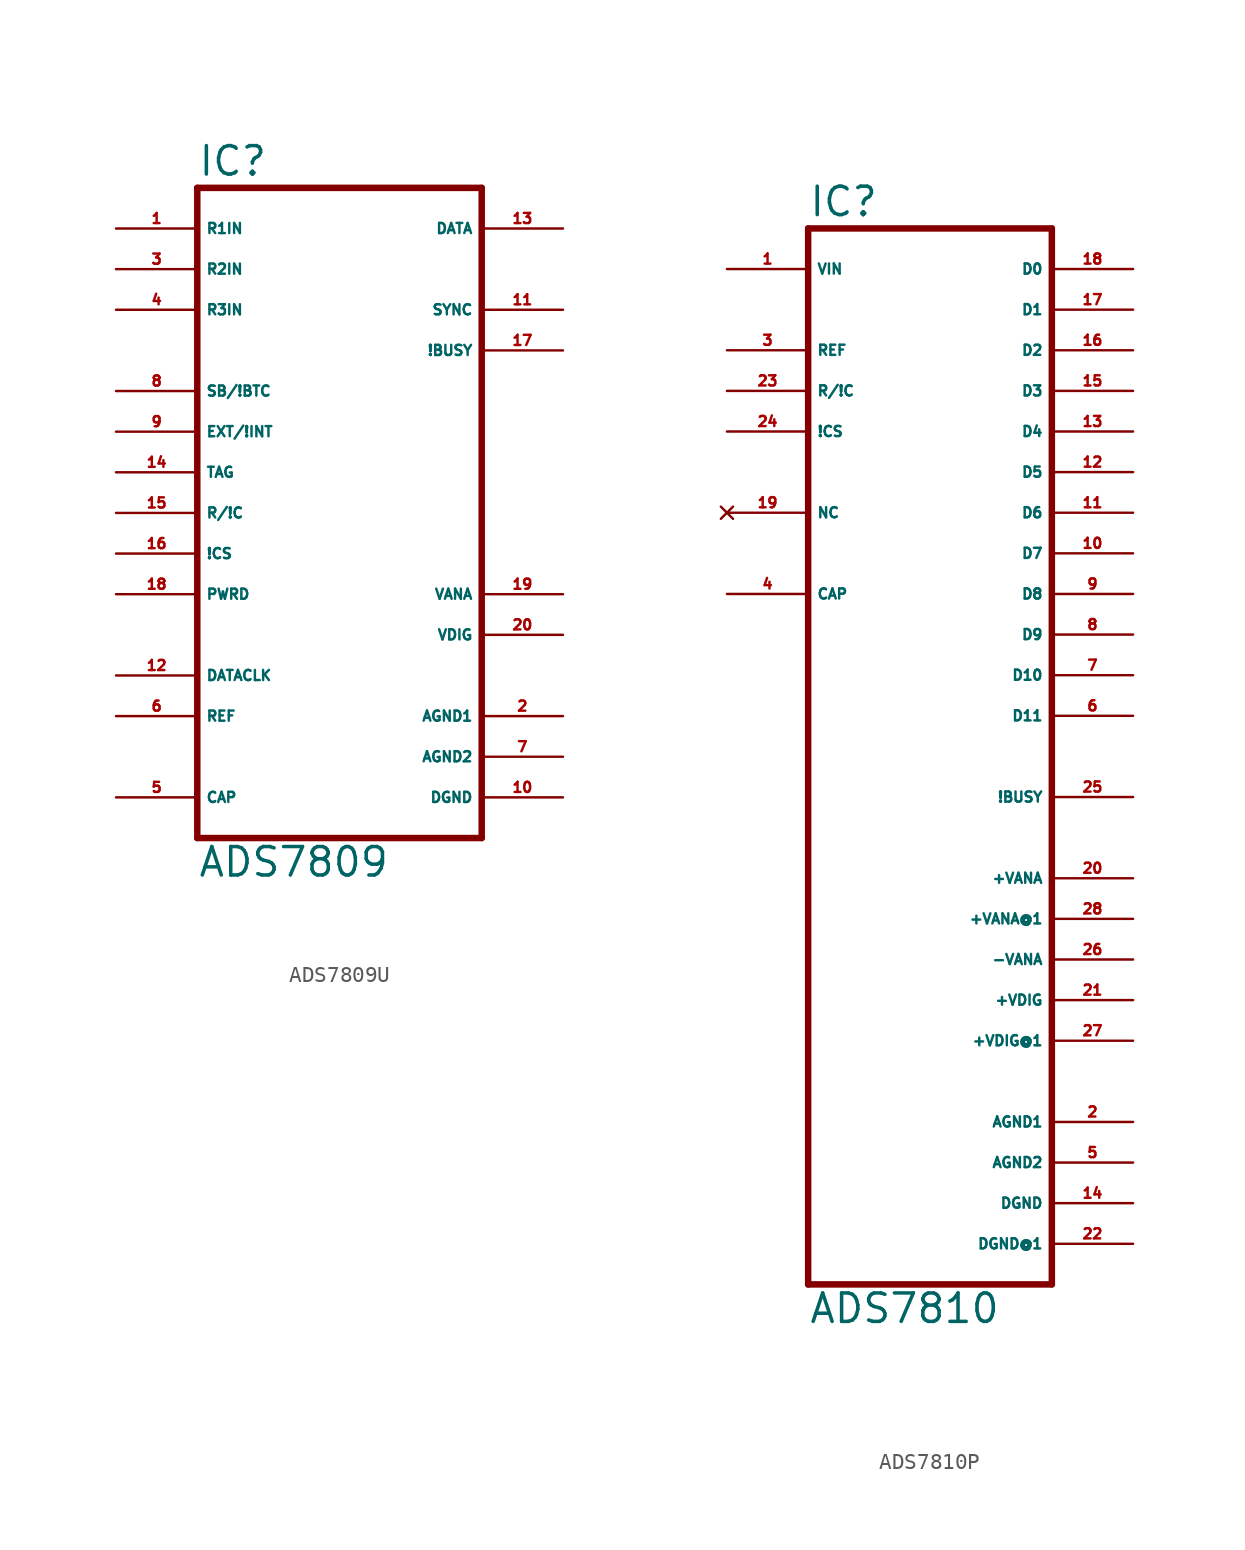
<source format=kicad_sym>
(kicad_symbol_lib
  (version 20220914)
  (generator Eagle2Kicad)
  (symbol "ADS7809U"
    (property "Reference" "IC"
      (at -10.16 20.955 0)
      (effects (font (size 1.778 1.778) (thickness 0.22)) (justify left bottom)))
    (property "Value" "ADS7809"
      (at -10.16 -22.86 0)
      (effects (font (size 1.778 1.778) (thickness 0.22)) (justify left bottom)))
    (polyline
      (pts (xy -10.16 -20.32) (xy -10.16 20.32))
      (stroke (width 0.406) (type default))
      (fill (type none)))
    (polyline
      (pts (xy -10.16 20.32) (xy 7.62 20.32))
      (stroke (width 0.406) (type default))
      (fill (type none)))
    (polyline
      (pts (xy 7.62 20.32) (xy 7.62 -20.32))
      (stroke (width 0.406) (type default))
      (fill (type none)))
    (polyline
      (pts (xy 7.62 -20.32) (xy -10.16 -20.32))
      (stroke (width 0.406) (type default))
      (fill (type none)))
    (pin input line
      (at -15.24 17.78 0)
      (length 5.08)
      (name "R1IN" (effects (font (size 0.635 0.635) (thickness 0.08)) (justify left bottom)))
      (number "1" (effects (font (size 0.635 0.635) (thickness 0.08)) (justify left bottom))))
    (pin input line
      (at -15.24 15.24 0)
      (length 5.08)
      (name "R2IN" (effects (font (size 0.635 0.635) (thickness 0.08)) (justify left bottom)))
      (number "3" (effects (font (size 0.635 0.635) (thickness 0.08)) (justify left bottom))))
    (pin input line
      (at -15.24 12.7 0)
      (length 5.08)
      (name "R3IN" (effects (font (size 0.635 0.635) (thickness 0.08)) (justify left bottom)))
      (number "4" (effects (font (size 0.635 0.635) (thickness 0.08)) (justify left bottom))))
    (pin input line
      (at -15.24 7.62 0)
      (length 5.08)
      (name "SB/!BTC" (effects (font (size 0.635 0.635) (thickness 0.08)) (justify left bottom)))
      (number "8" (effects (font (size 0.635 0.635) (thickness 0.08)) (justify left bottom))))
    (pin input line
      (at -15.24 5.08 0)
      (length 5.08)
      (name "EXT/!INT" (effects (font (size 0.635 0.635) (thickness 0.08)) (justify left bottom)))
      (number "9" (effects (font (size 0.635 0.635) (thickness 0.08)) (justify left bottom))))
    (pin input line
      (at -15.24 2.54 0)
      (length 5.08)
      (name "TAG" (effects (font (size 0.635 0.635) (thickness 0.08)) (justify left bottom)))
      (number "14" (effects (font (size 0.635 0.635) (thickness 0.08)) (justify left bottom))))
    (pin input line
      (at -15.24 0 0)
      (length 5.08)
      (name "R/!C" (effects (font (size 0.635 0.635) (thickness 0.08)) (justify left bottom)))
      (number "15" (effects (font (size 0.635 0.635) (thickness 0.08)) (justify left bottom))))
    (pin input line
      (at -15.24 -2.54 0)
      (length 5.08)
      (name "!CS" (effects (font (size 0.635 0.635) (thickness 0.08)) (justify left bottom)))
      (number "16" (effects (font (size 0.635 0.635) (thickness 0.08)) (justify left bottom))))
    (pin input line
      (at -15.24 -5.08 0)
      (length 5.08)
      (name "PWRD" (effects (font (size 0.635 0.635) (thickness 0.08)) (justify left bottom)))
      (number "18" (effects (font (size 0.635 0.635) (thickness 0.08)) (justify left bottom))))
    (pin bidirectional line
      (at -15.24 -12.7 0)
      (length 5.08)
      (name "REF" (effects (font (size 0.635 0.635) (thickness 0.08)) (justify left bottom)))
      (number "6" (effects (font (size 0.635 0.635) (thickness 0.08)) (justify left bottom))))
    (pin bidirectional line
      (at -15.24 -10.16 0)
      (length 5.08)
      (name "DATACLK" (effects (font (size 0.635 0.635) (thickness 0.08)) (justify left bottom)))
      (number "12" (effects (font (size 0.635 0.635) (thickness 0.08)) (justify left bottom))))
    (pin output line
      (at 12.7 17.78 180)
      (length 5.08)
      (name "DATA" (effects (font (size 0.635 0.635) (thickness 0.08)) (justify left bottom)))
      (number "13" (effects (font (size 0.635 0.635) (thickness 0.08)) (justify left bottom))))
    (pin passive line
      (at -15.24 -17.78 0)
      (length 5.08)
      (name "CAP" (effects (font (size 0.635 0.635) (thickness 0.08)) (justify left bottom)))
      (number "5" (effects (font (size 0.635 0.635) (thickness 0.08)) (justify left bottom))))
    (pin unspecified line
      (at 12.7 -17.78 180)
      (length 5.08)
      (name "DGND" (effects (font (size 0.635 0.635) (thickness 0.08)) (justify left bottom)))
      (number "10" (effects (font (size 0.635 0.635) (thickness 0.08)) (justify left bottom))))
    (pin unspecified line
      (at 12.7 -15.24 180)
      (length 5.08)
      (name "AGND2" (effects (font (size 0.635 0.635) (thickness 0.08)) (justify left bottom)))
      (number "7" (effects (font (size 0.635 0.635) (thickness 0.08)) (justify left bottom))))
    (pin unspecified line
      (at 12.7 -12.7 180)
      (length 5.08)
      (name "AGND1" (effects (font (size 0.635 0.635) (thickness 0.08)) (justify left bottom)))
      (number "2" (effects (font (size 0.635 0.635) (thickness 0.08)) (justify left bottom))))
    (pin unspecified line
      (at 12.7 -7.62 180)
      (length 5.08)
      (name "VDIG" (effects (font (size 0.635 0.635) (thickness 0.08)) (justify left bottom)))
      (number "20" (effects (font (size 0.635 0.635) (thickness 0.08)) (justify left bottom))))
    (pin unspecified line
      (at 12.7 -5.08 180)
      (length 5.08)
      (name "VANA" (effects (font (size 0.635 0.635) (thickness 0.08)) (justify left bottom)))
      (number "19" (effects (font (size 0.635 0.635) (thickness 0.08)) (justify left bottom))))
    (pin output line
      (at 12.7 12.7 180)
      (length 5.08)
      (name "SYNC" (effects (font (size 0.635 0.635) (thickness 0.08)) (justify left bottom)))
      (number "11" (effects (font (size 0.635 0.635) (thickness 0.08)) (justify left bottom))))
    (pin output line
      (at 12.7 10.16 180)
      (length 5.08)
      (name "!BUSY" (effects (font (size 0.635 0.635) (thickness 0.08)) (justify left bottom)))
      (number "17" (effects (font (size 0.635 0.635) (thickness 0.08)) (justify left bottom)))))
  (symbol "ADS7810P"
    (property "Reference" "IC"
      (at -7.62 33.655 0)
      (effects (font (size 1.778 1.778) (thickness 0.22)) (justify left bottom)))
    (property "Value" "ADS7810"
      (at -7.62 -35.56 0)
      (effects (font (size 1.778 1.778) (thickness 0.22)) (justify left bottom)))
    (polyline
      (pts (xy 7.62 -33.02) (xy -7.62 -33.02))
      (stroke (width 0.406) (type default))
      (fill (type none)))
    (polyline
      (pts (xy -7.62 -33.02) (xy -7.62 33.02))
      (stroke (width 0.406) (type default))
      (fill (type none)))
    (polyline
      (pts (xy -7.62 33.02) (xy 7.62 33.02))
      (stroke (width 0.406) (type default))
      (fill (type none)))
    (polyline
      (pts (xy 7.62 33.02) (xy 7.62 -33.02))
      (stroke (width 0.406) (type default))
      (fill (type none)))
    (pin input line
      (at -12.7 30.48 0)
      (length 5.08)
      (name "VIN" (effects (font (size 0.635 0.635) (thickness 0.08)) (justify left bottom)))
      (number "1" (effects (font (size 0.635 0.635) (thickness 0.08)) (justify left bottom))))
    (pin input line
      (at -12.7 22.86 0)
      (length 5.08)
      (name "R/!C" (effects (font (size 0.635 0.635) (thickness 0.08)) (justify left bottom)))
      (number "23" (effects (font (size 0.635 0.635) (thickness 0.08)) (justify left bottom))))
    (pin input line
      (at -12.7 20.32 0)
      (length 5.08)
      (name "!CS" (effects (font (size 0.635 0.635) (thickness 0.08)) (justify left bottom)))
      (number "24" (effects (font (size 0.635 0.635) (thickness 0.08)) (justify left bottom))))
    (pin output line
      (at 12.7 30.48 180)
      (length 5.08)
      (name "D0" (effects (font (size 0.635 0.635) (thickness 0.08)) (justify left bottom)))
      (number "18" (effects (font (size 0.635 0.635) (thickness 0.08)) (justify left bottom))))
    (pin output line
      (at 12.7 27.94 180)
      (length 5.08)
      (name "D1" (effects (font (size 0.635 0.635) (thickness 0.08)) (justify left bottom)))
      (number "17" (effects (font (size 0.635 0.635) (thickness 0.08)) (justify left bottom))))
    (pin output line
      (at 12.7 25.4 180)
      (length 5.08)
      (name "D2" (effects (font (size 0.635 0.635) (thickness 0.08)) (justify left bottom)))
      (number "16" (effects (font (size 0.635 0.635) (thickness 0.08)) (justify left bottom))))
    (pin output line
      (at 12.7 22.86 180)
      (length 5.08)
      (name "D3" (effects (font (size 0.635 0.635) (thickness 0.08)) (justify left bottom)))
      (number "15" (effects (font (size 0.635 0.635) (thickness 0.08)) (justify left bottom))))
    (pin output line
      (at 12.7 20.32 180)
      (length 5.08)
      (name "D4" (effects (font (size 0.635 0.635) (thickness 0.08)) (justify left bottom)))
      (number "13" (effects (font (size 0.635 0.635) (thickness 0.08)) (justify left bottom))))
    (pin output line
      (at 12.7 17.78 180)
      (length 5.08)
      (name "D5" (effects (font (size 0.635 0.635) (thickness 0.08)) (justify left bottom)))
      (number "12" (effects (font (size 0.635 0.635) (thickness 0.08)) (justify left bottom))))
    (pin output line
      (at 12.7 15.24 180)
      (length 5.08)
      (name "D6" (effects (font (size 0.635 0.635) (thickness 0.08)) (justify left bottom)))
      (number "11" (effects (font (size 0.635 0.635) (thickness 0.08)) (justify left bottom))))
    (pin output line
      (at 12.7 12.7 180)
      (length 5.08)
      (name "D7" (effects (font (size 0.635 0.635) (thickness 0.08)) (justify left bottom)))
      (number "10" (effects (font (size 0.635 0.635) (thickness 0.08)) (justify left bottom))))
    (pin output line
      (at 12.7 10.16 180)
      (length 5.08)
      (name "D8" (effects (font (size 0.635 0.635) (thickness 0.08)) (justify left bottom)))
      (number "9" (effects (font (size 0.635 0.635) (thickness 0.08)) (justify left bottom))))
    (pin output line
      (at 12.7 7.62 180)
      (length 5.08)
      (name "D9" (effects (font (size 0.635 0.635) (thickness 0.08)) (justify left bottom)))
      (number "8" (effects (font (size 0.635 0.635) (thickness 0.08)) (justify left bottom))))
    (pin output line
      (at 12.7 5.08 180)
      (length 5.08)
      (name "D10" (effects (font (size 0.635 0.635) (thickness 0.08)) (justify left bottom)))
      (number "7" (effects (font (size 0.635 0.635) (thickness 0.08)) (justify left bottom))))
    (pin output line
      (at 12.7 2.54 180)
      (length 5.08)
      (name "D11" (effects (font (size 0.635 0.635) (thickness 0.08)) (justify left bottom)))
      (number "6" (effects (font (size 0.635 0.635) (thickness 0.08)) (justify left bottom))))
    (pin output line
      (at 12.7 -2.54 180)
      (length 5.08)
      (name "!BUSY" (effects (font (size 0.635 0.635) (thickness 0.08)) (justify left bottom)))
      (number "25" (effects (font (size 0.635 0.635) (thickness 0.08)) (justify left bottom))))
    (pin passive line
      (at -12.7 10.16 0)
      (length 5.08)
      (name "CAP" (effects (font (size 0.635 0.635) (thickness 0.08)) (justify left bottom)))
      (number "4" (effects (font (size 0.635 0.635) (thickness 0.08)) (justify left bottom))))
    (pin unspecified line
      (at 12.7 -7.62 180)
      (length 5.08)
      (name "+VANA" (effects (font (size 0.635 0.635) (thickness 0.08)) (justify left bottom)))
      (number "20" (effects (font (size 0.635 0.635) (thickness 0.08)) (justify left bottom))))
    (pin unspecified line
      (at 12.7 -10.16 180)
      (length 5.08)
      (name "+VANA@1" (effects (font (size 0.635 0.635) (thickness 0.08)) (justify left bottom)))
      (number "28" (effects (font (size 0.635 0.635) (thickness 0.08)) (justify left bottom))))
    (pin unspecified line
      (at 12.7 -12.7 180)
      (length 5.08)
      (name "-VANA" (effects (font (size 0.635 0.635) (thickness 0.08)) (justify left bottom)))
      (number "26" (effects (font (size 0.635 0.635) (thickness 0.08)) (justify left bottom))))
    (pin no_connect line
      (at -12.7 15.24 0)
      (length 5.08)
      (name "NC" (effects (font (size 0.635 0.635) (thickness 0.08)) (justify left bottom) hide))
      (number "19" (effects (font (size 0.635 0.635) (thickness 0.08)) (justify left bottom) hide)))
    (pin unspecified line
      (at 12.7 -17.78 180)
      (length 5.08)
      (name "+VDIG@1" (effects (font (size 0.635 0.635) (thickness 0.08)) (justify left bottom)))
      (number "27" (effects (font (size 0.635 0.635) (thickness 0.08)) (justify left bottom))))
    (pin unspecified line
      (at 12.7 -15.24 180)
      (length 5.08)
      (name "+VDIG" (effects (font (size 0.635 0.635) (thickness 0.08)) (justify left bottom)))
      (number "21" (effects (font (size 0.635 0.635) (thickness 0.08)) (justify left bottom))))
    (pin unspecified line
      (at 12.7 -22.86 180)
      (length 5.08)
      (name "AGND1" (effects (font (size 0.635 0.635) (thickness 0.08)) (justify left bottom)))
      (number "2" (effects (font (size 0.635 0.635) (thickness 0.08)) (justify left bottom))))
    (pin unspecified line
      (at 12.7 -25.4 180)
      (length 5.08)
      (name "AGND2" (effects (font (size 0.635 0.635) (thickness 0.08)) (justify left bottom)))
      (number "5" (effects (font (size 0.635 0.635) (thickness 0.08)) (justify left bottom))))
    (pin unspecified line
      (at 12.7 -27.94 180)
      (length 5.08)
      (name "DGND" (effects (font (size 0.635 0.635) (thickness 0.08)) (justify left bottom)))
      (number "14" (effects (font (size 0.635 0.635) (thickness 0.08)) (justify left bottom))))
    (pin bidirectional line
      (at -12.7 25.4 0)
      (length 5.08)
      (name "REF" (effects (font (size 0.635 0.635) (thickness 0.08)) (justify left bottom)))
      (number "3" (effects (font (size 0.635 0.635) (thickness 0.08)) (justify left bottom))))
    (pin unspecified line
      (at 12.7 -30.48 180)
      (length 5.08)
      (name "DGND@1" (effects (font (size 0.635 0.635) (thickness 0.08)) (justify left bottom)))
      (number "22" (effects (font (size 0.635 0.635) (thickness 0.08)) (justify left bottom))))))
</source>
